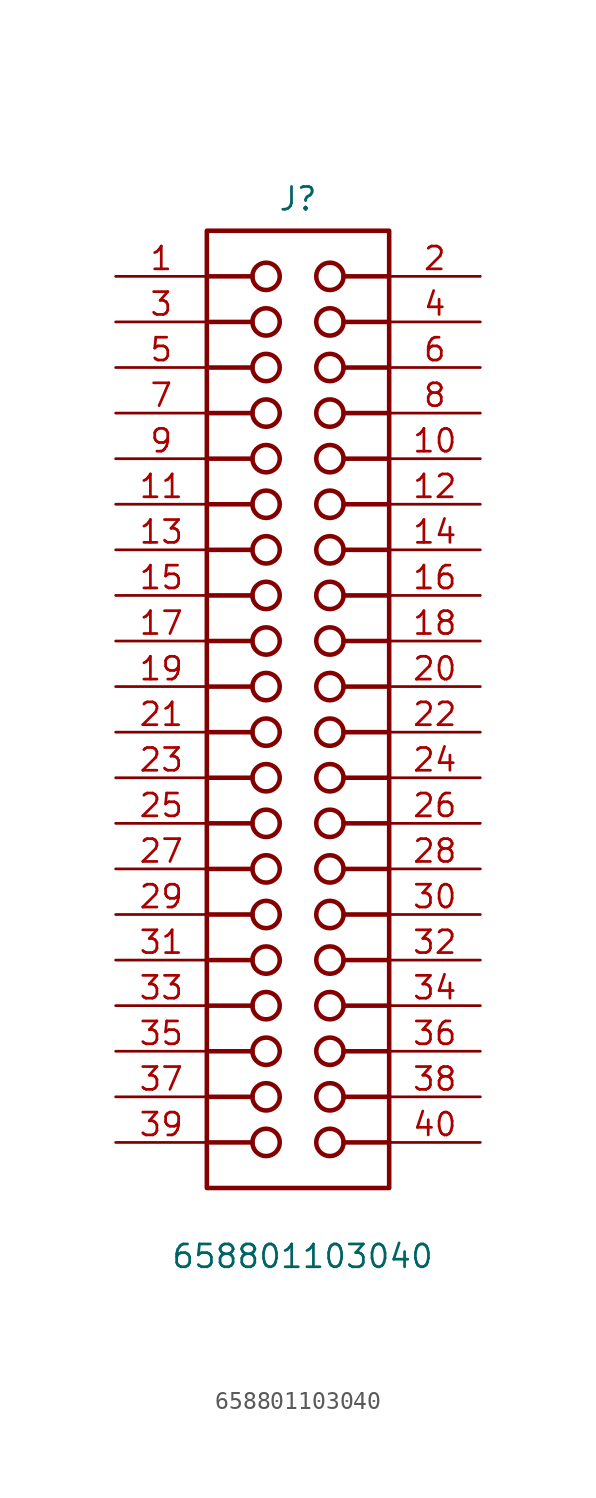
<source format=kicad_sym>
(kicad_symbol_lib
  (version 20241209)
  (generator "kicad_symbol_editor")
  (generator_version "9.0")
  (symbol "658801103040"
    (pin_names
      (hide yes))
    (property "Reference" "J"
      (at 0 27.178 0)
      (effects (font (size 1.27 1.27))))
    (property "Value" "658801103040"
      (at 0.254 -31.75 0)
      (effects (font (size 1.27 1.27))))
    (symbol "658801103040_1_1"
      (rectangle (start -5.08 25.4) (end 5.08 -27.94) (stroke (width 0.254) (type solid)) (fill (type none)))
      (polyline (pts (xy -5.08 22.86) (xy -2.54 22.86)) (stroke (width 0.254) (type solid)) (fill (type none)))
      (polyline (pts (xy -5.08 20.32) (xy -2.54 20.32)) (stroke (width 0.254) (type solid)) (fill (type none)))
      (polyline (pts (xy -5.08 17.78) (xy -2.54 17.78)) (stroke (width 0.254) (type solid)) (fill (type none)))
      (polyline (pts (xy -5.08 15.24) (xy -2.54 15.24)) (stroke (width 0.254) (type solid)) (fill (type none)))
      (polyline (pts (xy -5.08 12.7) (xy -2.54 12.7)) (stroke (width 0.254) (type solid)) (fill (type none)))
      (polyline (pts (xy -5.08 10.16) (xy -2.54 10.16)) (stroke (width 0.254) (type solid)) (fill (type none)))
      (polyline (pts (xy -5.08 7.62) (xy -2.54 7.62)) (stroke (width 0.254) (type solid)) (fill (type none)))
      (polyline (pts (xy -5.08 5.08) (xy -2.54 5.08)) (stroke (width 0.254) (type solid)) (fill (type none)))
      (polyline (pts (xy -5.08 2.54) (xy -2.54 2.54)) (stroke (width 0.254) (type solid)) (fill (type none)))
      (polyline (pts (xy -5.08 0) (xy -2.54 0)) (stroke (width 0.254) (type solid)) (fill (type none)))
      (polyline (pts (xy -5.08 -2.54) (xy -2.54 -2.54)) (stroke (width 0.254) (type solid)) (fill (type none)))
      (polyline (pts (xy -5.08 -5.08) (xy -2.54 -5.08)) (stroke (width 0.254) (type solid)) (fill (type none)))
      (polyline (pts (xy -5.08 -7.62) (xy -2.54 -7.62)) (stroke (width 0.254) (type solid)) (fill (type none)))
      (polyline (pts (xy -5.08 -10.16) (xy -2.54 -10.16)) (stroke (width 0.254) (type solid)) (fill (type none)))
      (polyline (pts (xy -5.08 -12.7) (xy -2.54 -12.7)) (stroke (width 0.254) (type solid)) (fill (type none)))
      (polyline (pts (xy -5.08 -15.24) (xy -2.54 -15.24)) (stroke (width 0.254) (type solid)) (fill (type none)))
      (polyline (pts (xy -5.08 -17.78) (xy -2.54 -17.78)) (stroke (width 0.254) (type solid)) (fill (type none)))
      (polyline (pts (xy -5.08 -20.32) (xy -2.54 -20.32)) (stroke (width 0.254) (type solid)) (fill (type none)))
      (polyline (pts (xy -5.08 -22.86) (xy -2.54 -22.86)) (stroke (width 0.254) (type solid)) (fill (type none)))
      (polyline (pts (xy -5.08 -25.4) (xy -2.54 -25.4)) (stroke (width 0.254) (type solid)) (fill (type none)))
      (circle (center -1.778 22.86) (radius 0.762) (stroke (width 0.254) (type solid)) (fill (type none)))
      (circle (center -1.778 20.32) (radius 0.762) (stroke (width 0.254) (type solid)) (fill (type none)))
      (circle (center -1.778 17.78) (radius 0.762) (stroke (width 0.254) (type solid)) (fill (type none)))
      (circle (center -1.778 15.24) (radius 0.762) (stroke (width 0.254) (type solid)) (fill (type none)))
      (circle (center -1.778 12.7) (radius 0.762) (stroke (width 0.254) (type solid)) (fill (type none)))
      (circle (center -1.778 10.16) (radius 0.762) (stroke (width 0.254) (type solid)) (fill (type none)))
      (circle (center -1.778 7.62) (radius 0.762) (stroke (width 0.254) (type solid)) (fill (type none)))
      (circle (center -1.778 5.08) (radius 0.762) (stroke (width 0.254) (type solid)) (fill (type none)))
      (circle (center -1.778 2.54) (radius 0.762) (stroke (width 0.254) (type solid)) (fill (type none)))
      (circle (center -1.778 0) (radius 0.762) (stroke (width 0.254) (type solid)) (fill (type none)))
      (circle (center -1.778 -2.54) (radius 0.762) (stroke (width 0.254) (type solid)) (fill (type none)))
      (circle (center -1.778 -5.08) (radius 0.762) (stroke (width 0.254) (type solid)) (fill (type none)))
      (circle (center -1.778 -7.62) (radius 0.762) (stroke (width 0.254) (type solid)) (fill (type none)))
      (circle (center -1.778 -10.16) (radius 0.762) (stroke (width 0.254) (type solid)) (fill (type none)))
      (circle (center -1.778 -12.7) (radius 0.762) (stroke (width 0.254) (type solid)) (fill (type none)))
      (circle (center -1.778 -15.24) (radius 0.762) (stroke (width 0.254) (type solid)) (fill (type none)))
      (circle (center -1.778 -17.78) (radius 0.762) (stroke (width 0.254) (type solid)) (fill (type none)))
      (circle (center -1.778 -20.32) (radius 0.762) (stroke (width 0.254) (type solid)) (fill (type none)))
      (circle (center -1.778 -22.86) (radius 0.762) (stroke (width 0.254) (type solid)) (fill (type none)))
      (circle (center -1.778 -25.4) (radius 0.762) (stroke (width 0.254) (type solid)) (fill (type none)))
      (circle (center 1.778 22.86) (radius 0.762) (stroke (width 0.254) (type solid)) (fill (type none)))
      (circle (center 1.778 20.32) (radius 0.762) (stroke (width 0.254) (type solid)) (fill (type none)))
      (circle (center 1.778 17.78) (radius 0.762) (stroke (width 0.254) (type solid)) (fill (type none)))
      (circle (center 1.778 15.24) (radius 0.762) (stroke (width 0.254) (type solid)) (fill (type none)))
      (circle (center 1.778 12.7) (radius 0.762) (stroke (width 0.254) (type solid)) (fill (type none)))
      (circle (center 1.778 10.16) (radius 0.762) (stroke (width 0.254) (type solid)) (fill (type none)))
      (circle (center 1.778 7.62) (radius 0.762) (stroke (width 0.254) (type solid)) (fill (type none)))
      (circle (center 1.778 5.08) (radius 0.762) (stroke (width 0.254) (type solid)) (fill (type none)))
      (circle (center 1.778 2.54) (radius 0.762) (stroke (width 0.254) (type solid)) (fill (type none)))
      (circle (center 1.778 0) (radius 0.762) (stroke (width 0.254) (type solid)) (fill (type none)))
      (circle (center 1.778 -2.54) (radius 0.762) (stroke (width 0.254) (type solid)) (fill (type none)))
      (circle (center 1.778 -5.08) (radius 0.762) (stroke (width 0.254) (type solid)) (fill (type none)))
      (circle (center 1.778 -7.62) (radius 0.762) (stroke (width 0.254) (type solid)) (fill (type none)))
      (circle (center 1.778 -10.16) (radius 0.762) (stroke (width 0.254) (type solid)) (fill (type none)))
      (circle (center 1.778 -12.7) (radius 0.762) (stroke (width 0.254) (type solid)) (fill (type none)))
      (circle (center 1.778 -15.24) (radius 0.762) (stroke (width 0.254) (type solid)) (fill (type none)))
      (circle (center 1.778 -17.78) (radius 0.762) (stroke (width 0.254) (type solid)) (fill (type none)))
      (circle (center 1.778 -20.32) (radius 0.762) (stroke (width 0.254) (type solid)) (fill (type none)))
      (circle (center 1.778 -22.86) (radius 0.762) (stroke (width 0.254) (type solid)) (fill (type none)))
      (circle (center 1.778 -25.4) (radius 0.762) (stroke (width 0.254) (type solid)) (fill (type none)))
      (polyline (pts (xy 5.08 22.86) (xy 2.54 22.86)) (stroke (width 0.254) (type solid)) (fill (type none)))
      (polyline (pts (xy 5.08 20.32) (xy 2.54 20.32)) (stroke (width 0.254) (type solid)) (fill (type none)))
      (polyline (pts (xy 5.08 17.78) (xy 2.54 17.78)) (stroke (width 0.254) (type solid)) (fill (type none)))
      (polyline (pts (xy 5.08 15.24) (xy 2.54 15.24)) (stroke (width 0.254) (type solid)) (fill (type none)))
      (polyline (pts (xy 5.08 12.7) (xy 2.54 12.7)) (stroke (width 0.254) (type solid)) (fill (type none)))
      (polyline (pts (xy 5.08 10.16) (xy 2.54 10.16)) (stroke (width 0.254) (type solid)) (fill (type none)))
      (polyline (pts (xy 5.08 7.62) (xy 2.54 7.62)) (stroke (width 0.254) (type solid)) (fill (type none)))
      (polyline (pts (xy 5.08 5.08) (xy 2.54 5.08)) (stroke (width 0.254) (type solid)) (fill (type none)))
      (polyline (pts (xy 5.08 2.54) (xy 2.54 2.54)) (stroke (width 0.254) (type solid)) (fill (type none)))
      (polyline (pts (xy 5.08 0) (xy 2.54 0)) (stroke (width 0.254) (type solid)) (fill (type none)))
      (polyline (pts (xy 5.08 -2.54) (xy 2.54 -2.54)) (stroke (width 0.254) (type solid)) (fill (type none)))
      (polyline (pts (xy 5.08 -5.08) (xy 2.54 -5.08)) (stroke (width 0.254) (type solid)) (fill (type none)))
      (polyline (pts (xy 5.08 -7.62) (xy 2.54 -7.62)) (stroke (width 0.254) (type solid)) (fill (type none)))
      (polyline (pts (xy 5.08 -10.16) (xy 2.54 -10.16)) (stroke (width 0.254) (type solid)) (fill (type none)))
      (polyline (pts (xy 5.08 -12.7) (xy 2.54 -12.7)) (stroke (width 0.254) (type solid)) (fill (type none)))
      (polyline (pts (xy 5.08 -15.24) (xy 2.54 -15.24)) (stroke (width 0.254) (type solid)) (fill (type none)))
      (polyline (pts (xy 5.08 -17.78) (xy 2.54 -17.78)) (stroke (width 0.254) (type solid)) (fill (type none)))
      (polyline (pts (xy 5.08 -20.32) (xy 2.54 -20.32)) (stroke (width 0.254) (type solid)) (fill (type none)))
      (polyline (pts (xy 5.08 -22.86) (xy 2.54 -22.86)) (stroke (width 0.254) (type solid)) (fill (type none)))
      (polyline (pts (xy 5.08 -25.4) (xy 2.54 -25.4)) (stroke (width 0.254) (type solid)) (fill (type none)))
      (pin passive line (at -10.16 22.86 0) (length 5.08) (name "1" (effects (font (size 1.27 1.27)))) (number "1" (effects (font (size 1.27 1.27)))))
      (pin passive line (at -10.16 20.32 0) (length 5.08) (name "3" (effects (font (size 1.27 1.27)))) (number "3" (effects (font (size 1.27 1.27)))))
      (pin passive line (at -10.16 17.78 0) (length 5.08) (name "5" (effects (font (size 1.27 1.27)))) (number "5" (effects (font (size 1.27 1.27)))))
      (pin passive line (at -10.16 15.24 0) (length 5.08) (name "7" (effects (font (size 1.27 1.27)))) (number "7" (effects (font (size 1.27 1.27)))))
      (pin passive line (at -10.16 12.7 0) (length 5.08) (name "9" (effects (font (size 1.27 1.27)))) (number "9" (effects (font (size 1.27 1.27)))))
      (pin passive line (at -10.16 10.16 0) (length 5.08) (name "11" (effects (font (size 1.27 1.27)))) (number "11" (effects (font (size 1.27 1.27)))))
      (pin passive line (at -10.16 7.62 0) (length 5.08) (name "13" (effects (font (size 1.27 1.27)))) (number "13" (effects (font (size 1.27 1.27)))))
      (pin passive line (at -10.16 5.08 0) (length 5.08) (name "15" (effects (font (size 1.27 1.27)))) (number "15" (effects (font (size 1.27 1.27)))))
      (pin passive line (at -10.16 2.54 0) (length 5.08) (name "17" (effects (font (size 1.27 1.27)))) (number "17" (effects (font (size 1.27 1.27)))))
      (pin passive line (at -10.16 0 0) (length 5.08) (name "19" (effects (font (size 1.27 1.27)))) (number "19" (effects (font (size 1.27 1.27)))))
      (pin passive line (at -10.16 -2.54 0) (length 5.08) (name "21" (effects (font (size 1.27 1.27)))) (number "21" (effects (font (size 1.27 1.27)))))
      (pin passive line (at -10.16 -5.08 0) (length 5.08) (name "23" (effects (font (size 1.27 1.27)))) (number "23" (effects (font (size 1.27 1.27)))))
      (pin passive line (at -10.16 -7.62 0) (length 5.08) (name "25" (effects (font (size 1.27 1.27)))) (number "25" (effects (font (size 1.27 1.27)))))
      (pin passive line (at -10.16 -10.16 0) (length 5.08) (name "27" (effects (font (size 1.27 1.27)))) (number "27" (effects (font (size 1.27 1.27)))))
      (pin passive line (at -10.16 -12.7 0) (length 5.08) (name "29" (effects (font (size 1.27 1.27)))) (number "29" (effects (font (size 1.27 1.27)))))
      (pin passive line (at -10.16 -15.24 0) (length 5.08) (name "31" (effects (font (size 1.27 1.27)))) (number "31" (effects (font (size 1.27 1.27)))))
      (pin passive line (at -10.16 -17.78 0) (length 5.08) (name "33" (effects (font (size 1.27 1.27)))) (number "33" (effects (font (size 1.27 1.27)))))
      (pin passive line (at -10.16 -20.32 0) (length 5.08) (name "35" (effects (font (size 1.27 1.27)))) (number "35" (effects (font (size 1.27 1.27)))))
      (pin passive line (at -10.16 -22.86 0) (length 5.08) (name "37" (effects (font (size 1.27 1.27)))) (number "37" (effects (font (size 1.27 1.27)))))
      (pin passive line (at -10.16 -25.4 0) (length 5.08) (name "39" (effects (font (size 1.27 1.27)))) (number "39" (effects (font (size 1.27 1.27)))))
      (pin passive line (at 10.16 22.86 180) (length 5.08) (name "2" (effects (font (size 1.27 1.27)))) (number "2" (effects (font (size 1.27 1.27)))))
      (pin passive line (at 10.16 20.32 180) (length 5.08) (name "4" (effects (font (size 1.27 1.27)))) (number "4" (effects (font (size 1.27 1.27)))))
      (pin passive line (at 10.16 17.78 180) (length 5.08) (name "6" (effects (font (size 1.27 1.27)))) (number "6" (effects (font (size 1.27 1.27)))))
      (pin passive line (at 10.16 15.24 180) (length 5.08) (name "8" (effects (font (size 1.27 1.27)))) (number "8" (effects (font (size 1.27 1.27)))))
      (pin passive line (at 10.16 12.7 180) (length 5.08) (name "10" (effects (font (size 1.27 1.27)))) (number "10" (effects (font (size 1.27 1.27)))))
      (pin passive line (at 10.16 10.16 180) (length 5.08) (name "12" (effects (font (size 1.27 1.27)))) (number "12" (effects (font (size 1.27 1.27)))))
      (pin passive line (at 10.16 7.62 180) (length 5.08) (name "14" (effects (font (size 1.27 1.27)))) (number "14" (effects (font (size 1.27 1.27)))))
      (pin passive line (at 10.16 5.08 180) (length 5.08) (name "16" (effects (font (size 1.27 1.27)))) (number "16" (effects (font (size 1.27 1.27)))))
      (pin passive line (at 10.16 2.54 180) (length 5.08) (name "18" (effects (font (size 1.27 1.27)))) (number "18" (effects (font (size 1.27 1.27)))))
      (pin passive line (at 10.16 0 180) (length 5.08) (name "20" (effects (font (size 1.27 1.27)))) (number "20" (effects (font (size 1.27 1.27)))))
      (pin passive line (at 10.16 -2.54 180) (length 5.08) (name "22" (effects (font (size 1.27 1.27)))) (number "22" (effects (font (size 1.27 1.27)))))
      (pin passive line (at 10.16 -5.08 180) (length 5.08) (name "24" (effects (font (size 1.27 1.27)))) (number "24" (effects (font (size 1.27 1.27)))))
      (pin passive line (at 10.16 -7.62 180) (length 5.08) (name "1" (effects (font (size 1.27 1.27)))) (number "26" (effects (font (size 1.27 1.27)))))
      (pin passive line (at 10.16 -10.16 180) (length 5.08) (name "28" (effects (font (size 1.27 1.27)))) (number "28" (effects (font (size 1.27 1.27)))))
      (pin passive line (at 10.16 -12.7 180) (length 5.08) (name "30" (effects (font (size 1.27 1.27)))) (number "30" (effects (font (size 1.27 1.27)))))
      (pin passive line (at 10.16 -15.24 180) (length 5.08) (name "32" (effects (font (size 1.27 1.27)))) (number "32" (effects (font (size 1.27 1.27)))))
      (pin passive line (at 10.16 -17.78 180) (length 5.08) (name "34" (effects (font (size 1.27 1.27)))) (number "34" (effects (font (size 1.27 1.27)))))
      (pin passive line (at 10.16 -20.32 180) (length 5.08) (name "36" (effects (font (size 1.27 1.27)))) (number "36" (effects (font (size 1.27 1.27)))))
      (pin passive line (at 10.16 -22.86 180) (length 5.08) (name "38" (effects (font (size 1.27 1.27)))) (number "38" (effects (font (size 1.27 1.27)))))
      (pin passive line (at 10.16 -25.4 180) (length 5.08) (name "40" (effects (font (size 1.27 1.27)))) (number "40" (effects (font (size 1.27 1.27))))))))
</source>
